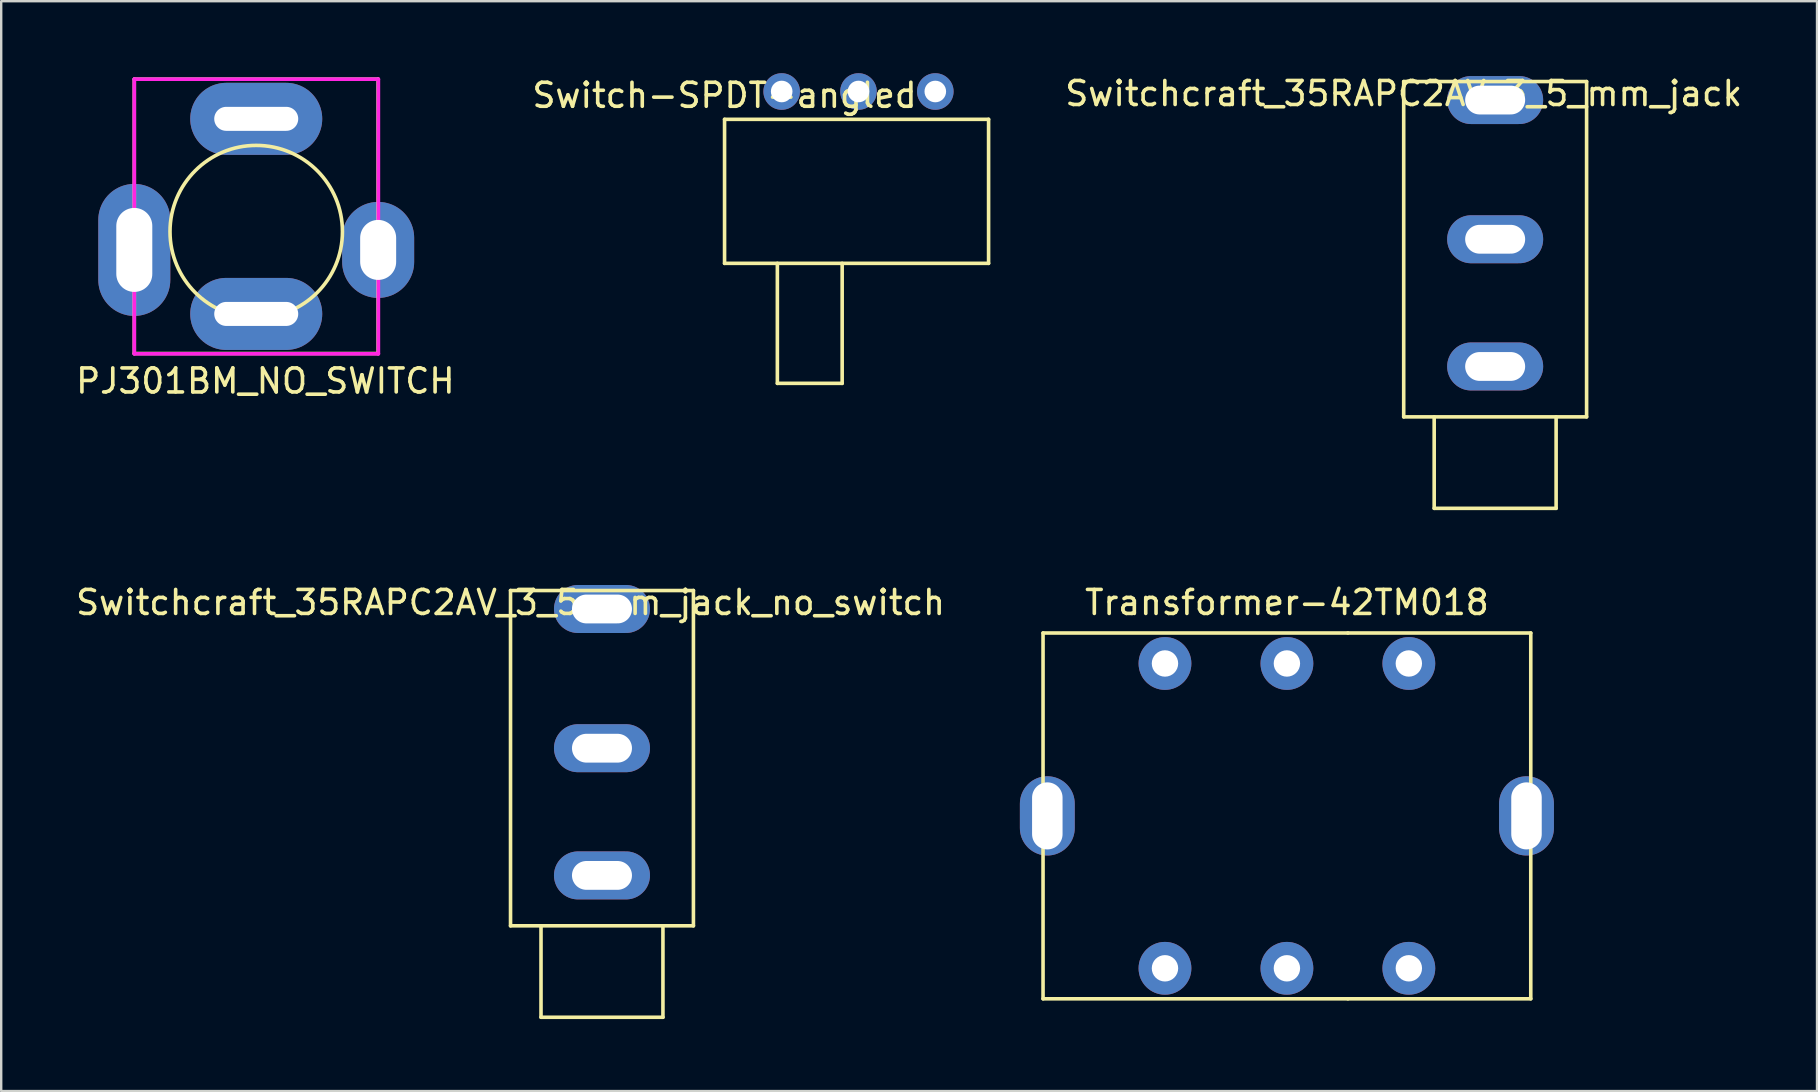
<source format=kicad_pcb>
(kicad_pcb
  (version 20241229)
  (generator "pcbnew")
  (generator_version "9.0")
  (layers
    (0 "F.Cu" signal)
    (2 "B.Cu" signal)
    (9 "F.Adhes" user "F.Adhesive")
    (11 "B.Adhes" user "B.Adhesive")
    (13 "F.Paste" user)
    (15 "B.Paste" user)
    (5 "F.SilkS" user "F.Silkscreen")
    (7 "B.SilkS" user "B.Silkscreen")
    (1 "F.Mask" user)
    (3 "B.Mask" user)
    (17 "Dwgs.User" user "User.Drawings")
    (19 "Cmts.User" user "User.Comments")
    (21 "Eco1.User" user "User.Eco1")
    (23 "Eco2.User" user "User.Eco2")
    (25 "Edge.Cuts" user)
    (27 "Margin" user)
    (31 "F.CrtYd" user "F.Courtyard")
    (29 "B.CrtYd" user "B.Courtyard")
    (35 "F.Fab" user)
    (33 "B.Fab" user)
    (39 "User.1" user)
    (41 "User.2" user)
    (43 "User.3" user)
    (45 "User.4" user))
  (footprint "PJ301BM_NO_SWITCH"
    (layer "F.Cu")
    (at 2.545 0.25)
    (property "Reference" "PJ301BM_NO_SWITCH" (at 5.461 12.573 0) (layer "F.SilkS") (effects (font (size 1 1) (thickness 0.15))))
    (attr through_hole)
    (fp_line (start 0 0) (end 10.16 0) (stroke (width 0.15) (type solid)) (layer "F.SilkS"))
    (fp_line (start 0 11.43) (end 0 0) (stroke (width 0.15) (type solid)) (layer "F.SilkS"))
    (fp_line (start 10.16 0) (end 10.16 11.43) (stroke (width 0.15) (type solid)) (layer "F.SilkS"))
    (fp_line (start 10.16 11.43) (end 0 11.43) (stroke (width 0.15) (type solid)) (layer "F.SilkS"))
    (fp_circle (center 5.08 6.35) (end 7.62 8.89) (stroke (width 0.15) (type solid)) (fill no) (layer "F.SilkS"))
    (fp_line (start 0 11.44) (end 0 -0.01) (stroke (width 0.15) (type solid)) (layer "F.CrtYd"))
    (fp_line (start 0.01 0) (end 10.17 0) (stroke (width 0.15) (type solid)) (layer "F.CrtYd"))
    (fp_line (start 10.17 0) (end 10.17 11.44) (stroke (width 0.15) (type solid)) (layer "F.CrtYd"))
    (fp_line (start 10.17 11.44) (end 0 11.44) (stroke (width 0.15) (type solid)) (layer "F.CrtYd"))
    (pad "" thru_hole oval (at 5.08 9.779) (size 5.5 3) (drill oval 3.5 1) (layers "*.Cu" "*.Mask"))
    (pad "1" thru_hole oval (at 0 7.112) (size 3 5.5) (drill oval 1.5 3.5) (layers "*.Cu" "*.Mask"))
    (pad "1" thru_hole oval (at 10.16 7.112) (size 3 4) (drill oval 1.5 2.5) (layers "*.Cu" "*.Mask"))
    (pad "2" thru_hole oval (at 5.08 1.651) (size 5.5 3) (drill oval 3.5 1) (layers "*.Cu" "*.Mask")))
  (footprint "Switchcraft_35RAPC2AV_3_5_mm_jack_no_switch"
    (layer "F.Cu")
    (at 18.22 21.552)
    (property "Reference" "Switchcraft_35RAPC2AV_3_5_mm_jack_no_switch" (at 0 0.5 0) (layer "F.SilkS") (effects (font (size 1 1) (thickness 0.15))))
    (attr through_hole)
    (fp_line (start 0 0) (end 7.62 0) (stroke (width 0.15) (type solid)) (layer "F.SilkS"))
    (fp_line (start 0 13.97) (end 0 0) (stroke (width 0.15) (type solid)) (layer "F.SilkS"))
    (fp_line (start 1.27 13.97) (end 1.27 17.78) (stroke (width 0.15) (type solid)) (layer "F.SilkS"))
    (fp_line (start 1.27 17.78) (end 6.35 17.78) (stroke (width 0.15) (type solid)) (layer "F.SilkS"))
    (fp_line (start 6.35 17.78) (end 6.35 13.97) (stroke (width 0.15) (type solid)) (layer "F.SilkS"))
    (fp_line (start 7.62 0) (end 7.62 13.97) (stroke (width 0.15) (type solid)) (layer "F.SilkS"))
    (fp_line (start 7.62 13.97) (end 0 13.97) (stroke (width 0.15) (type solid)) (layer "F.SilkS"))
    (pad "" thru_hole oval (at 3.81 0.77) (size 4 2) (drill oval 2.5 1.2) (layers "*.Cu" "*.Mask"))
    (pad "1" thru_hole oval (at 3.81 6.57) (size 4 2) (drill oval 2.5 1.2) (layers "*.Cu" "*.Mask"))
    (pad "2" thru_hole oval (at 3.81 11.87) (size 4 2) (drill oval 2.5 1.2) (layers "*.Cu" "*.Mask")))
  (footprint "Switch-SPDT-angled"
    (layer "F.Cu")
    (at 27.137 0.422)
    (property "Reference" "Switch-SPDT-angled" (at 0 0.5 0) (layer "F.SilkS") (effects (font (size 1 1) (thickness 0.15))))
    (attr through_hole)
    (fp_line (start 0 1.5) (end 0 7.5) (stroke (width 0.15) (type solid)) (layer "F.SilkS"))
    (fp_line (start 0 1.5) (end 11 1.5) (stroke (width 0.15) (type solid)) (layer "F.SilkS"))
    (fp_line (start 0 7.5) (end 11 7.5) (stroke (width 0.15) (type solid)) (layer "F.SilkS"))
    (fp_line (start 2.2 7.5) (end 2.2 12.5) (stroke (width 0.15) (type solid)) (layer "F.SilkS"))
    (fp_line (start 2.2 12.5) (end 4.9 12.5) (stroke (width 0.15) (type solid)) (layer "F.SilkS"))
    (fp_line (start 4.9 12.5) (end 4.9 7.5) (stroke (width 0.15) (type solid)) (layer "F.SilkS"))
    (fp_line (start 11 1.5) (end 11 7.5) (stroke (width 0.15) (type solid)) (layer "F.SilkS"))
    (pad "1" thru_hole circle (at 2.38 0.34) (size 1.524 1.524) (drill 0.9) (layers "*.Cu" "*.Mask"))
    (pad "2" thru_hole circle (at 5.58 0.34) (size 1.524 1.524) (drill 0.9) (layers "*.Cu" "*.Mask"))
    (pad "3" thru_hole circle (at 8.78 0.34) (size 1.524 1.524) (drill 0.9) (layers "*.Cu" "*.Mask")))
  (footprint "Transformer-42TM018"
    (layer "F.Cu")
    (at 40.406 23.322)
    (property "Reference" "Transformer-42TM018" (at 10.16 -1.27 0) (layer "F.SilkS") (effects (font (size 1 1) (thickness 0.15))))
    (attr through_hole)
    (fp_line (start 0 0) (end 12.7 0) (stroke (width 0.15) (type solid)) (layer "F.SilkS"))
    (fp_line (start 0 8.89) (end 0 0) (stroke (width 0.15) (type solid)) (layer "F.SilkS"))
    (fp_line (start 0 8.89) (end 0 15.24) (stroke (width 0.15) (type solid)) (layer "F.SilkS"))
    (fp_line (start 12.7 0) (end 20.32 0) (stroke (width 0.15) (type solid)) (layer "F.SilkS"))
    (fp_line (start 12.7 15.24) (end 0 15.24) (stroke (width 0.15) (type solid)) (layer "F.SilkS"))
    (fp_line (start 20.32 0) (end 20.32 8.89) (stroke (width 0.15) (type solid)) (layer "F.SilkS"))
    (fp_line (start 20.32 8.89) (end 20.32 15.24) (stroke (width 0.15) (type solid)) (layer "F.SilkS"))
    (fp_line (start 20.32 15.24) (end 12.7 15.24) (stroke (width 0.15) (type solid)) (layer "F.SilkS"))
    (pad "" thru_hole oval (at 0.178 7.62) (size 2.286 3.302) (drill oval 1.27 2.794) (layers "*.Cu" "*.Mask"))
    (pad "" thru_hole oval (at 20.142 7.62) (size 2.286 3.302) (drill oval 1.27 2.794) (layers "*.Cu" "*.Mask"))
    (pad "1" thru_hole circle (at 5.08 13.97) (size 2.2 2.2) (drill 1.1) (layers "*.Cu" "*.Mask"))
    (pad "2" thru_hole circle (at 10.16 13.97) (size 2.2 2.2) (drill 1.1) (layers "*.Cu" "*.Mask"))
    (pad "3" thru_hole circle (at 15.24 13.97) (size 2.2 2.2) (drill 1.1) (layers "*.Cu" "*.Mask"))
    (pad "4" thru_hole circle (at 15.24 1.27) (size 2.2 2.2) (drill 1.1) (layers "*.Cu" "*.Mask"))
    (pad "5" thru_hole circle (at 10.16 1.27) (size 2.2 2.2) (drill 1.1) (layers "*.Cu" "*.Mask"))
    (pad "6" thru_hole circle (at 5.08 1.27) (size 2.2 2.2) (drill 1.1) (layers "*.Cu" "*.Mask")))
  (footprint "Switchcraft_35RAPC2AV_3_5_mm_jack"
    (layer "F.Cu")
    (at 55.432 0.348)
    (property "Reference" "Switchcraft_35RAPC2AV_3_5_mm_jack" (at 0 0.5 0) (layer "F.SilkS") (effects (font (size 1 1) (thickness 0.15))))
    (attr through_hole)
    (fp_line (start 0 0) (end 7.62 0) (stroke (width 0.15) (type solid)) (layer "F.SilkS"))
    (fp_line (start 0 13.97) (end 0 0) (stroke (width 0.15) (type solid)) (layer "F.SilkS"))
    (fp_line (start 1.27 13.97) (end 1.27 17.78) (stroke (width 0.15) (type solid)) (layer "F.SilkS"))
    (fp_line (start 1.27 17.78) (end 6.35 17.78) (stroke (width 0.15) (type solid)) (layer "F.SilkS"))
    (fp_line (start 6.35 17.78) (end 6.35 13.97) (stroke (width 0.15) (type solid)) (layer "F.SilkS"))
    (fp_line (start 7.62 0) (end 7.62 13.97) (stroke (width 0.15) (type solid)) (layer "F.SilkS"))
    (fp_line (start 7.62 13.97) (end 0 13.97) (stroke (width 0.15) (type solid)) (layer "F.SilkS"))
    (pad "1" thru_hole oval (at 3.81 6.57) (size 4 2) (drill oval 2.5 1.2) (layers "*.Cu" "*.Mask"))
    (pad "2" thru_hole oval (at 3.81 11.87) (size 4 2) (drill oval 2.5 1.2) (layers "*.Cu" "*.Mask"))
    (pad "3" thru_hole oval (at 3.81 0.77) (size 4 2) (drill oval 2.5 1.2) (layers "*.Cu" "*.Mask")))
  (gr_rect
    (start -3 -3)
    (end 72.652 42.407)
    (stroke (width 0.1) (type default))
    (fill no)
    (layer "Edge.Cuts")))
</source>
